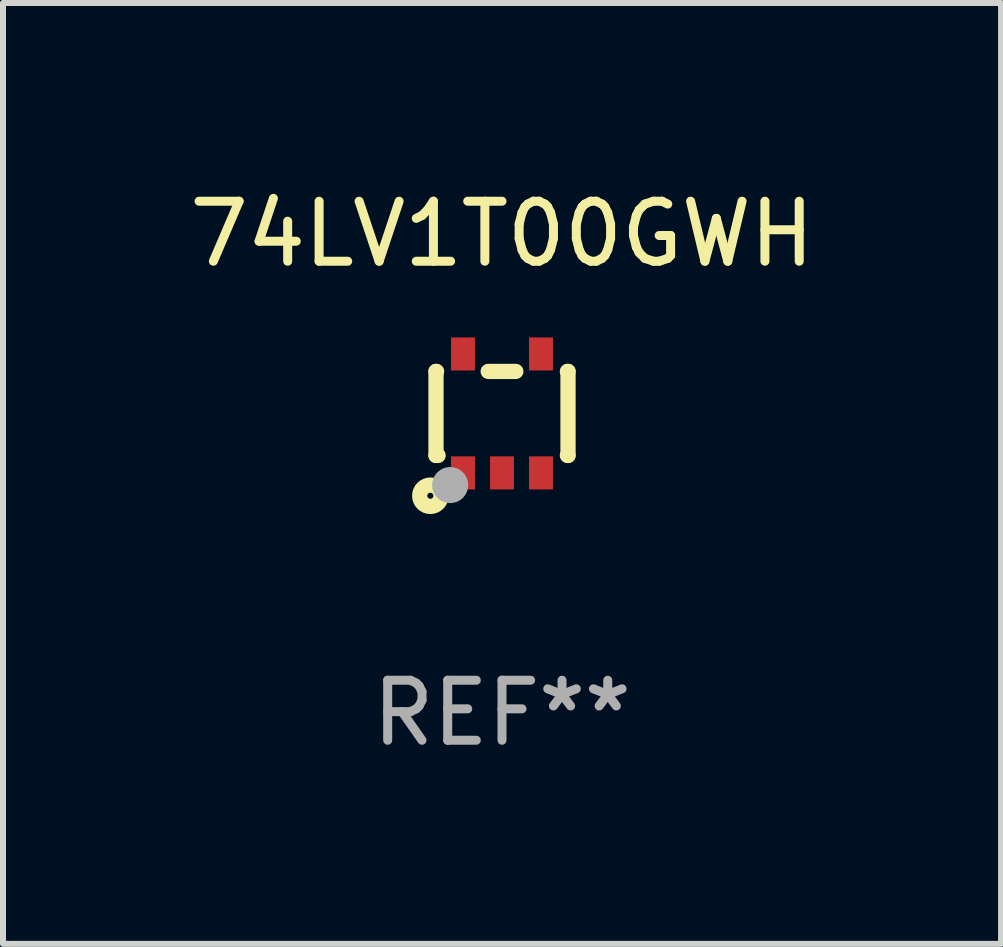
<source format=kicad_pcb>
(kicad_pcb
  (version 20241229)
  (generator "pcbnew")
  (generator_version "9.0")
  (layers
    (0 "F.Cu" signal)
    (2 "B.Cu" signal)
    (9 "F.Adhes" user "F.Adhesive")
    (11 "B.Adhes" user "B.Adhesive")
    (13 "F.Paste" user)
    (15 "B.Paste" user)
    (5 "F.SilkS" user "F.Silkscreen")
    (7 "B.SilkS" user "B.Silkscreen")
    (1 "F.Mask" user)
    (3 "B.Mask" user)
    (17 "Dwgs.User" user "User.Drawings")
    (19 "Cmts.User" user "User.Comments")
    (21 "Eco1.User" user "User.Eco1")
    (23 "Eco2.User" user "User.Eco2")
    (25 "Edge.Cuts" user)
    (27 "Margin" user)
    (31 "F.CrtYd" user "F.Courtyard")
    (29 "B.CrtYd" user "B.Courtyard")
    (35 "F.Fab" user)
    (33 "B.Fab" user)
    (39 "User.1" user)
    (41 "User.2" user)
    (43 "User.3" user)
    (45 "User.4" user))
  (footprint "74LV1T00GWH"
    (layer "F.Cu")
    (at 5.315 3.839)
    (property "Reference" "74LV1T00GWH" (at 0 -2.991 0) (layer "F.SilkS") (effects (font (size 1 1) (thickness 0.15))))
    (attr through_hole)
    (fp_line (start -1.1 -0.7) (end -1.1 0.7) (stroke (width 0.254) (type solid)) (layer "F.SilkS"))
    (fp_line (start -1.1 -0.7) (end -1.09 -0.7) (stroke (width 0.254) (type solid)) (layer "F.SilkS"))
    (fp_line (start -1.1 0.7) (end -1.065 0.7) (stroke (width 0.254) (type solid)) (layer "F.SilkS"))
    (fp_line (start -0.23 -0.7) (end 0.23 -0.7) (stroke (width 0.254) (type solid)) (layer "F.SilkS"))
    (fp_line (start 1.09 -0.7) (end 1.1 -0.7) (stroke (width 0.254) (type solid)) (layer "F.SilkS"))
    (fp_line (start 1.09 0.7) (end 1.1 0.7) (stroke (width 0.254) (type solid)) (layer "F.SilkS"))
    (fp_line (start 1.1 -0.7) (end 1.1 0.7) (stroke (width 0.254) (type solid)) (layer "F.SilkS"))
    (fp_circle (center -1.194 1.372) (end -1.143 1.372) (stroke (width 0.254) (type solid)) (fill no) (layer "F.SilkS"))
    (fp_circle (center -1.05 1.063) (end -1.02 1.063) (stroke (width 0.06) (type solid)) (fill no) (layer "F.SilkS"))
    (fp_circle (center -0.864 1.194) (end -0.713 1.194) (stroke (width 0.3) (type solid)) (fill no) (layer "F.Fab"))
    (fp_text user "REF**" (at 0 4.991 0) (layer "F.Fab") (effects (font (size 1 1) (thickness 0.15))))
    (pad "1" smd rect (at -0.65 0.991 180) (size 0.399 0.551) (layers "F.Cu" "F.Mask" "F.Paste"))
    (pad "2" smd rect (at 0 0.991 180) (size 0.399 0.551) (layers "F.Cu" "F.Mask" "F.Paste"))
    (pad "3" smd rect (at 0.65 0.991 180) (size 0.399 0.551) (layers "F.Cu" "F.Mask" "F.Paste"))
    (pad "4" smd rect (at 0.65 -0.991 180) (size 0.399 0.551) (layers "F.Cu" "F.Mask" "F.Paste"))
    (pad "5" smd rect (at -0.65 -0.991 180) (size 0.399 0.551) (layers "F.Cu" "F.Mask" "F.Paste")))
  (gr_rect
    (start -3 -3)
    (end 13.631 12.678)
    (stroke (width 0.1) (type default))
    (fill no)
    (layer "Edge.Cuts")))
</source>
